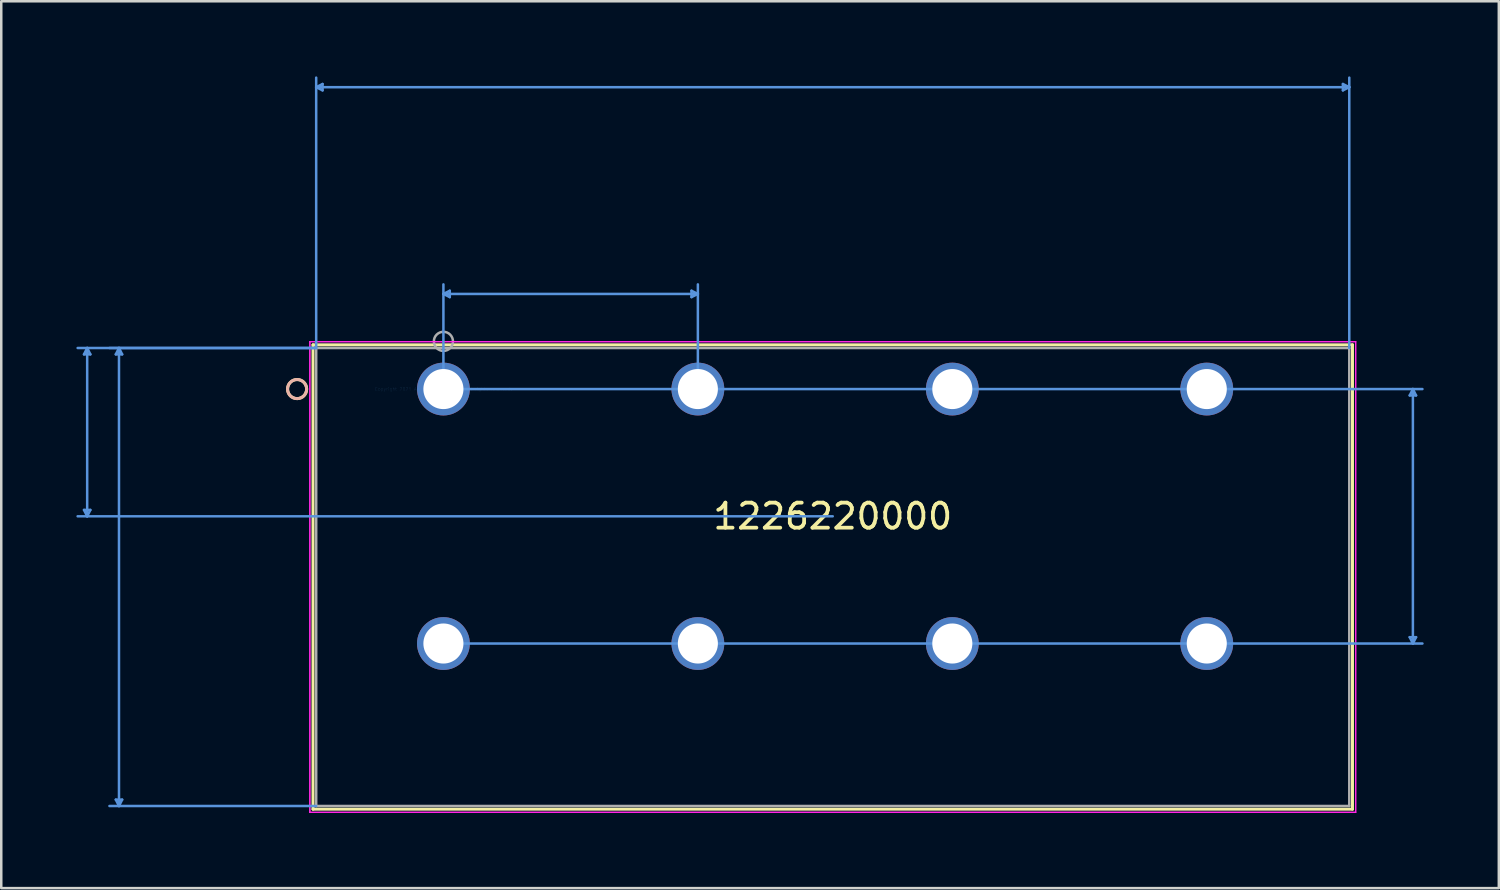
<source format=kicad_pcb>
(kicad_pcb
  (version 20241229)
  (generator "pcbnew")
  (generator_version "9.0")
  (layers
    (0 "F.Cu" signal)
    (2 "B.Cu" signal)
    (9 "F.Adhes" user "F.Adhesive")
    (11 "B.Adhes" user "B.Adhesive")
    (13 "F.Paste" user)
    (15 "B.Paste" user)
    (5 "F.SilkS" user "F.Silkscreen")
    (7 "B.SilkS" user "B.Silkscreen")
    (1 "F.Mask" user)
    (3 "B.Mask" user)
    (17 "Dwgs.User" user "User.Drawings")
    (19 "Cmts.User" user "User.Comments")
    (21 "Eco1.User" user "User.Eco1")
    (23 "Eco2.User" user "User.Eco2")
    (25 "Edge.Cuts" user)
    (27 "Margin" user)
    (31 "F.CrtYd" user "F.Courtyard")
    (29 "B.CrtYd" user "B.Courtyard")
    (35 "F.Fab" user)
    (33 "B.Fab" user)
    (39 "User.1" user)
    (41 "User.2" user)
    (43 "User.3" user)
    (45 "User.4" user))
  (footprint "1226220000"
    (layer "F.Cu")
    (at 14.655 12.485)
    (property "Reference" "1226220000" (at 15.545 5.08 0) (layer "F.SilkS") (effects (font (size 1 1) (thickness 0.15))))
    (attr through_hole)
    (fp_line (start -5.207 -1.767) (end -5.207 16.775) (stroke (width 0.12) (type solid)) (layer "F.SilkS"))
    (fp_line (start -5.207 16.775) (end 36.297 16.775) (stroke (width 0.12) (type solid)) (layer "F.SilkS"))
    (fp_line (start 36.297 -1.767) (end -5.207 -1.767) (stroke (width 0.12) (type solid)) (layer "F.SilkS"))
    (fp_line (start 36.297 16.775) (end 36.297 -1.767) (stroke (width 0.12) (type solid)) (layer "F.SilkS"))
    (fp_circle (center -5.842 0) (end -5.461 0) (stroke (width 0.12) (type solid)) (fill no) (layer "F.SilkS"))
    (fp_circle (center -5.842 0) (end -5.461 0) (stroke (width 0.12) (type solid)) (fill no) (layer "B.SilkS"))
    (fp_line (start -14.351 -1.386) (end -14.097 -1.386) (stroke (width 0.1) (type solid)) (layer "Cmts.User"))
    (fp_line (start -14.351 4.826) (end -14.097 4.826) (stroke (width 0.1) (type solid)) (layer "Cmts.User"))
    (fp_line (start -14.224 -1.64) (end -14.351 -1.386) (stroke (width 0.1) (type solid)) (layer "Cmts.User"))
    (fp_line (start -14.224 -1.64) (end -14.224 5.08) (stroke (width 0.1) (type solid)) (layer "Cmts.User"))
    (fp_line (start -14.224 -1.64) (end -14.097 -1.386) (stroke (width 0.1) (type solid)) (layer "Cmts.User"))
    (fp_line (start -14.224 5.08) (end -14.351 4.826) (stroke (width 0.1) (type solid)) (layer "Cmts.User"))
    (fp_line (start -14.224 5.08) (end -14.097 4.826) (stroke (width 0.1) (type solid)) (layer "Cmts.User"))
    (fp_line (start -13.081 -1.386) (end -12.827 -1.386) (stroke (width 0.1) (type solid)) (layer "Cmts.User"))
    (fp_line (start -13.081 16.394) (end -12.827 16.394) (stroke (width 0.1) (type solid)) (layer "Cmts.User"))
    (fp_line (start -12.954 -1.64) (end -13.081 -1.386) (stroke (width 0.1) (type solid)) (layer "Cmts.User"))
    (fp_line (start -12.954 -1.64) (end -12.954 16.648) (stroke (width 0.1) (type solid)) (layer "Cmts.User"))
    (fp_line (start -12.954 -1.64) (end -12.827 -1.386) (stroke (width 0.1) (type solid)) (layer "Cmts.User"))
    (fp_line (start -12.954 16.648) (end -13.081 16.394) (stroke (width 0.1) (type solid)) (layer "Cmts.User"))
    (fp_line (start -12.954 16.648) (end -12.827 16.394) (stroke (width 0.1) (type solid)) (layer "Cmts.User"))
    (fp_line (start -5.08 -12.054) (end -4.826 -12.181) (stroke (width 0.1) (type solid)) (layer "Cmts.User"))
    (fp_line (start -5.08 -12.054) (end -4.826 -11.927) (stroke (width 0.1) (type solid)) (layer "Cmts.User"))
    (fp_line (start -5.08 -12.054) (end 36.17 -12.054) (stroke (width 0.1) (type solid)) (layer "Cmts.User"))
    (fp_line (start -5.08 -1.64) (end -14.605 -1.64) (stroke (width 0.1) (type solid)) (layer "Cmts.User"))
    (fp_line (start -5.08 -1.64) (end -13.335 -1.64) (stroke (width 0.1) (type solid)) (layer "Cmts.User"))
    (fp_line (start -5.08 -1.64) (end -5.08 -12.435) (stroke (width 0.1) (type solid)) (layer "Cmts.User"))
    (fp_line (start -5.08 16.648) (end -13.335 16.648) (stroke (width 0.1) (type solid)) (layer "Cmts.User"))
    (fp_line (start -4.826 -12.181) (end -4.826 -11.927) (stroke (width 0.1) (type solid)) (layer "Cmts.User"))
    (fp_line (start 0 -3.799) (end 0.254 -3.926) (stroke (width 0.1) (type solid)) (layer "Cmts.User"))
    (fp_line (start 0 -3.799) (end 0.254 -3.672) (stroke (width 0.1) (type solid)) (layer "Cmts.User"))
    (fp_line (start 0 -3.799) (end 10.16 -3.799) (stroke (width 0.1) (type solid)) (layer "Cmts.User"))
    (fp_line (start 0 0) (end 0 -4.18) (stroke (width 0.1) (type solid)) (layer "Cmts.User"))
    (fp_line (start 0 0) (end 39.091 0) (stroke (width 0.1) (type solid)) (layer "Cmts.User"))
    (fp_line (start 0 10.16) (end 39.091 10.16) (stroke (width 0.1) (type solid)) (layer "Cmts.User"))
    (fp_line (start 0.254 -3.926) (end 0.254 -3.672) (stroke (width 0.1) (type solid)) (layer "Cmts.User"))
    (fp_line (start 9.906 -3.926) (end 9.906 -3.672) (stroke (width 0.1) (type solid)) (layer "Cmts.User"))
    (fp_line (start 10.16 -3.799) (end 9.906 -3.926) (stroke (width 0.1) (type solid)) (layer "Cmts.User"))
    (fp_line (start 10.16 -3.799) (end 9.906 -3.672) (stroke (width 0.1) (type solid)) (layer "Cmts.User"))
    (fp_line (start 10.16 0) (end 10.16 -4.18) (stroke (width 0.1) (type solid)) (layer "Cmts.User"))
    (fp_line (start 15.545 5.08) (end -14.605 5.08) (stroke (width 0.1) (type solid)) (layer "Cmts.User"))
    (fp_line (start 35.916 -12.181) (end 35.916 -11.927) (stroke (width 0.1) (type solid)) (layer "Cmts.User"))
    (fp_line (start 36.17 -12.054) (end 35.916 -12.181) (stroke (width 0.1) (type solid)) (layer "Cmts.User"))
    (fp_line (start 36.17 -12.054) (end 35.916 -11.927) (stroke (width 0.1) (type solid)) (layer "Cmts.User"))
    (fp_line (start 36.17 -1.64) (end 36.17 -12.435) (stroke (width 0.1) (type solid)) (layer "Cmts.User"))
    (fp_line (start 38.583 0.254) (end 38.837 0.254) (stroke (width 0.1) (type solid)) (layer "Cmts.User"))
    (fp_line (start 38.583 9.906) (end 38.837 9.906) (stroke (width 0.1) (type solid)) (layer "Cmts.User"))
    (fp_line (start 38.71 0) (end 38.583 0.254) (stroke (width 0.1) (type solid)) (layer "Cmts.User"))
    (fp_line (start 38.71 0) (end 38.71 10.16) (stroke (width 0.1) (type solid)) (layer "Cmts.User"))
    (fp_line (start 38.71 0) (end 38.837 0.254) (stroke (width 0.1) (type solid)) (layer "Cmts.User"))
    (fp_line (start 38.71 10.16) (end 38.583 9.906) (stroke (width 0.1) (type solid)) (layer "Cmts.User"))
    (fp_line (start 38.71 10.16) (end 38.837 9.906) (stroke (width 0.1) (type solid)) (layer "Cmts.User"))
    (fp_line (start -5.334 -1.894) (end -5.334 16.902) (stroke (width 0.05) (type solid)) (layer "F.CrtYd"))
    (fp_line (start -5.334 -1.894) (end -5.334 16.902) (stroke (width 0.05) (type solid)) (layer "F.CrtYd"))
    (fp_line (start -5.334 16.902) (end 36.424 16.902) (stroke (width 0.05) (type solid)) (layer "F.CrtYd"))
    (fp_line (start -5.334 16.902) (end 36.424 16.902) (stroke (width 0.05) (type solid)) (layer "F.CrtYd"))
    (fp_line (start 36.424 -1.894) (end -5.334 -1.894) (stroke (width 0.05) (type solid)) (layer "F.CrtYd"))
    (fp_line (start 36.424 -1.894) (end -5.334 -1.894) (stroke (width 0.05) (type solid)) (layer "F.CrtYd"))
    (fp_line (start 36.424 16.902) (end 36.424 -1.894) (stroke (width 0.05) (type solid)) (layer "F.CrtYd"))
    (fp_line (start 36.424 16.902) (end 36.424 -1.894) (stroke (width 0.05) (type solid)) (layer "F.CrtYd"))
    (fp_line (start -5.08 -1.64) (end -5.08 16.648) (stroke (width 0.1) (type solid)) (layer "F.Fab"))
    (fp_line (start -5.08 16.648) (end 36.17 16.648) (stroke (width 0.1) (type solid)) (layer "F.Fab"))
    (fp_line (start 36.17 -1.64) (end -5.08 -1.64) (stroke (width 0.1) (type solid)) (layer "F.Fab"))
    (fp_line (start 36.17 16.648) (end 36.17 -1.64) (stroke (width 0.1) (type solid)) (layer "F.Fab"))
    (fp_circle (center 0 -1.905) (end 0.381 -1.905) (stroke (width 0.1) (type solid)) (fill no) (layer "F.Fab"))
    (fp_text user "*" (at 0 0 0) (layer "F.SilkS") (effects (font (size 1 1) (thickness 0.15))))
    (fp_text user "Copyright 2021 Accelerated Designs. All rights reserved." (at 0 0 0) (layer "Cmts.User") (effects (font (size 0.127 0.127) (thickness 0.002))))
    (fp_text user "*" (at 0 0 0) (layer "F.Fab") (effects (font (size 1 1) (thickness 0.15))))
    (pad "1" thru_hole circle (at 0 0) (size 2.108 2.108) (drill 1.6) (layers "*.Cu" "*.Mask"))
    (pad "2" thru_hole circle (at 0 10.16) (size 2.108 2.108) (drill 1.6) (layers "*.Cu" "*.Mask"))
    (pad "3" thru_hole circle (at 10.16 0) (size 2.108 2.108) (drill 1.6) (layers "*.Cu" "*.Mask"))
    (pad "4" thru_hole circle (at 10.16 10.16) (size 2.108 2.108) (drill 1.6) (layers "*.Cu" "*.Mask"))
    (pad "5" thru_hole circle (at 20.32 0) (size 2.108 2.108) (drill 1.6) (layers "*.Cu" "*.Mask"))
    (pad "6" thru_hole circle (at 20.32 10.16) (size 2.108 2.108) (drill 1.6) (layers "*.Cu" "*.Mask"))
    (pad "7" thru_hole circle (at 30.48 0) (size 2.108 2.108) (drill 1.6) (layers "*.Cu" "*.Mask"))
    (pad "8" thru_hole circle (at 30.48 10.16) (size 2.108 2.108) (drill 1.6) (layers "*.Cu" "*.Mask")))
  (gr_rect
    (start -3 -3)
    (end 56.796 32.412)
    (stroke (width 0.1) (type default))
    (fill no)
    (layer "Edge.Cuts")))
</source>
